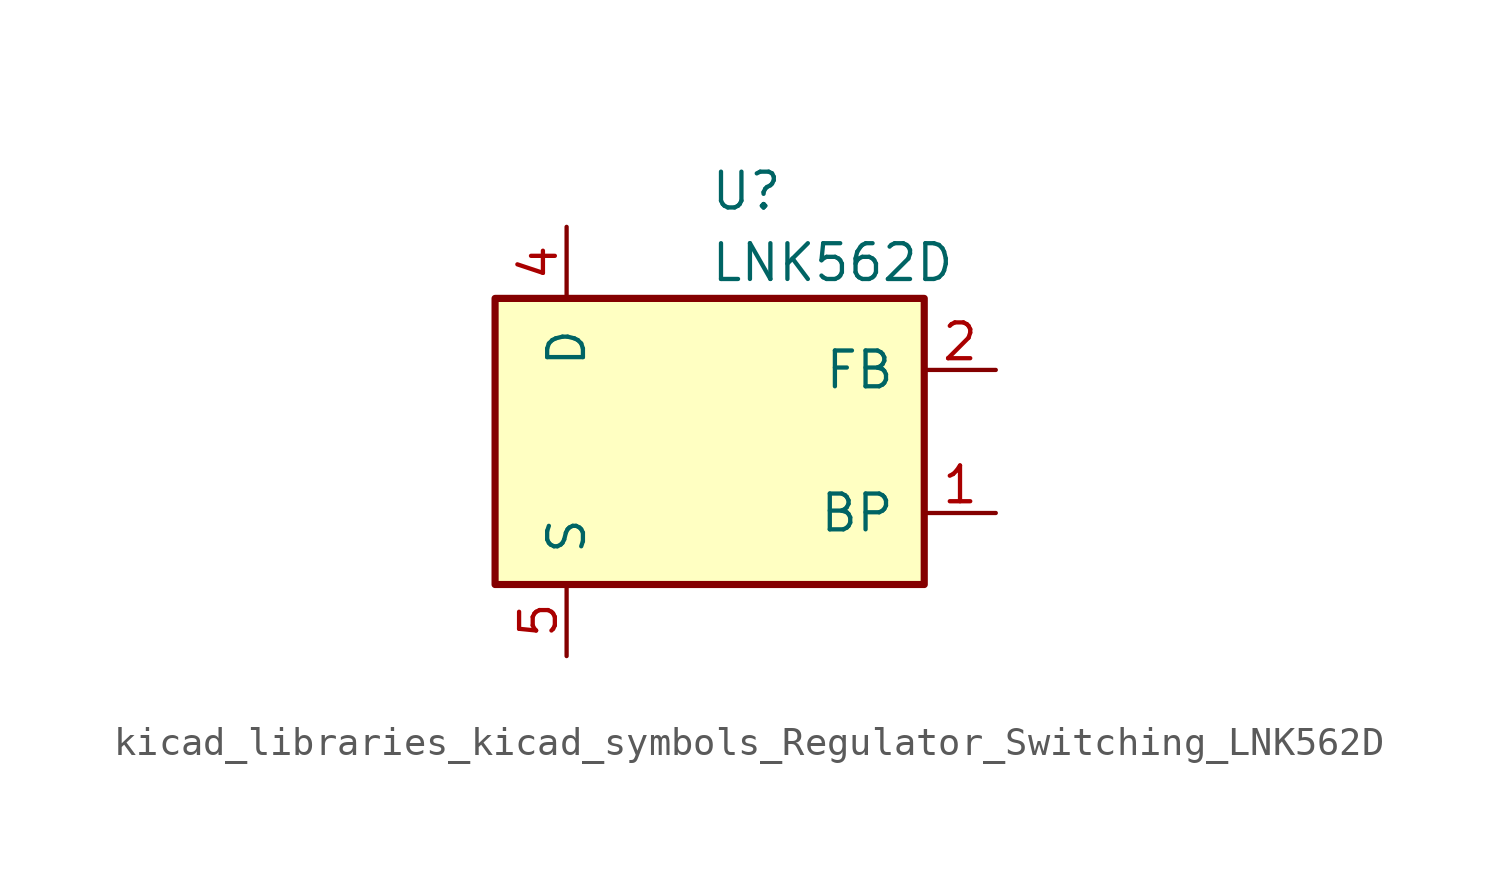
<source format=kicad_sym>
(kicad_symbol_lib
  (version 20220914)
  (generator kicad_symbol_editor)
  (symbol "kicad_libraries_kicad_symbols_Regulator_Switching_LNK562D"
    (pin_names
      (offset 1.016))
    (property "Reference" "U"
      (at 0 8.89 0)
      (effects (font (size 1.27 1.27)) (justify left)))
    (property "Value" "LNK562D"
      (at 0 6.35 0)
      (effects (font (size 1.27 1.27)) (justify left)))
    (symbol "kicad_libraries_kicad_symbols_Regulator_Switching_LNK562D_0_1"
      (rectangle (start -7.62 5.08) (end 7.62 -5.08) (stroke (width 0.254) (type default)) (fill (type background))))
    (symbol "kicad_libraries_kicad_symbols_Regulator_Switching_LNK562D_1_1"
      (pin input line (at 10.16 -2.54 180) (length 2.54) (name "BP" (effects (font (size 1.27 1.27)))) (number "1" (effects (font (size 1.27 1.27)))))
      (pin input line (at 10.16 2.54 180) (length 2.54) (name "FB" (effects (font (size 1.27 1.27)))) (number "2" (effects (font (size 1.27 1.27)))))
      (pin open_collector line (at -5.08 7.62 270) (length 2.54) (name "D" (effects (font (size 1.27 1.27)))) (number "4" (effects (font (size 1.27 1.27)))))
      (pin power_in line (at -5.08 -7.62 90) (length 2.54) (name "S" (effects (font (size 1.27 1.27)))) (number "5" (effects (font (size 1.27 1.27)))))
      (pin passive line (at -5.08 -7.62 90) (length 2.54) hide (name "S" (effects (font (size 1.27 1.27)))) (number "6" (effects (font (size 1.27 1.27)))))
      (pin passive line (at -5.08 -7.62 90) (length 2.54) hide (name "S" (effects (font (size 1.27 1.27)))) (number "7" (effects (font (size 1.27 1.27)))))
      (pin passive line (at -5.08 -7.62 90) (length 2.54) hide (name "S" (effects (font (size 1.27 1.27)))) (number "8" (effects (font (size 1.27 1.27))))))))
</source>
